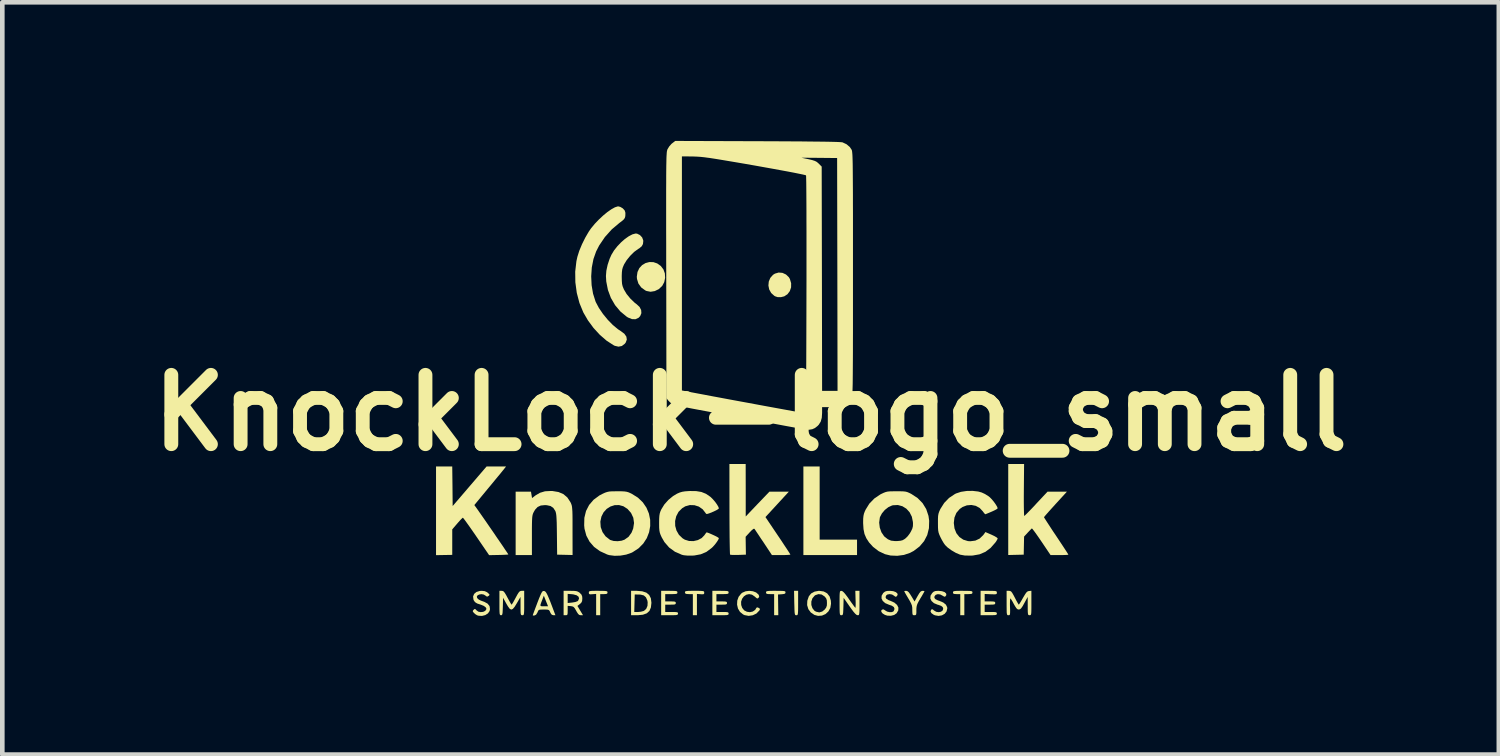
<source format=kicad_pcb>
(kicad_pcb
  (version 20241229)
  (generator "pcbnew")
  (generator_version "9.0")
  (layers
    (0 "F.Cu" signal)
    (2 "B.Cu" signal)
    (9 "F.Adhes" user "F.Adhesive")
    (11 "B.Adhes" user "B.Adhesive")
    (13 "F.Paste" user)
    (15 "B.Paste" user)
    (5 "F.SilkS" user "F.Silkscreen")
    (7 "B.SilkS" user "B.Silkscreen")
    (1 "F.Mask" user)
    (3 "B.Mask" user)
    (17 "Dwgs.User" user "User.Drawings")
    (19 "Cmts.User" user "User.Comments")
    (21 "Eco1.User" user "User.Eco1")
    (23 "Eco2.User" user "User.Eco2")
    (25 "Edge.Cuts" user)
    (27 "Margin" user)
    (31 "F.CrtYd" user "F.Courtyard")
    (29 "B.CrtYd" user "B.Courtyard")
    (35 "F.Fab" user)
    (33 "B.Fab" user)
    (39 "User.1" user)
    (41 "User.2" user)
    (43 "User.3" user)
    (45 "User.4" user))
  (footprint "KnockLock-logo_small"
    (layer "F.Cu")
    (at 13.193 5.884)
    (property "Reference" "KnockLock-logo_small" (at 0 0 0) (layer "F.SilkS") (effects (font (size 1.5 1.5) (thickness 0.3))))
    (attr board_only exclude_from_pos_files exclude_from_bom)
    (fp_poly (pts (xy 1.495 1.952) (xy 1.495 2.744) (xy 1.9 2.744) (xy 2.304 2.744) (xy 2.304 2.911) (xy 2.304 3.078) (xy 1.724 3.078) (xy 1.143 3.078) (xy 1.143 2.12) (xy 1.143 1.161) (xy 1.319 1.161) (xy 1.495 1.161)) (stroke (width 0) (type solid)) (fill yes) (layer "F.SilkS"))
    (fp_poly (pts (xy 0.985 3.852) (xy 1.029 3.852) (xy 1.029 4.116) (xy 1.029 4.217) (xy 1.028 4.289) (xy 1.025 4.335) (xy 1.02 4.363) (xy 1.012 4.376) (xy 1 4.38) (xy 0.99 4.38) (xy 0.975 4.379) (xy 0.965 4.371) (xy 0.958 4.353) (xy 0.953 4.318) (xy 0.95 4.262) (xy 0.948 4.178) (xy 0.946 4.116) (xy 0.941 3.852)) (stroke (width 0) (type solid)) (fill yes) (layer "F.SilkS"))
    (fp_poly (pts (xy 0.69 -3.029) (xy 0.766 -2.994) (xy 0.828 -2.935) (xy 0.851 -2.896) (xy 0.878 -2.804) (xy 0.877 -2.715) (xy 0.849 -2.634) (xy 0.799 -2.567) (xy 0.729 -2.521) (xy 0.656 -2.503) (xy 0.586 -2.504) (xy 0.531 -2.522) (xy 0.514 -2.532) (xy 0.446 -2.593) (xy 0.403 -2.67) (xy 0.386 -2.755) (xy 0.394 -2.841) (xy 0.427 -2.92) (xy 0.485 -2.986) (xy 0.528 -3.013) (xy 0.608 -3.036)) (stroke (width 0) (type solid)) (fill yes) (layer "F.SilkS"))
    (fp_poly (pts (xy -2.103 -3.261) (xy -2.02 -3.233) (xy -1.944 -3.179) (xy -1.886 -3.104) (xy -1.855 -3.019) (xy -1.849 -2.923) (xy -1.868 -2.829) (xy -1.911 -2.749) (xy -1.912 -2.747) (xy -1.986 -2.677) (xy -2.073 -2.635) (xy -2.164 -2.62) (xy -2.252 -2.637) (xy -2.278 -2.649) (xy -2.366 -2.713) (xy -2.427 -2.797) (xy -2.458 -2.897) (xy -2.462 -2.946) (xy -2.447 -3.048) (xy -2.407 -3.132) (xy -2.347 -3.197) (xy -2.273 -3.241) (xy -2.19 -3.263)) (stroke (width 0) (type solid)) (fill yes) (layer "F.SilkS"))
    (fp_poly (pts (xy 0.634 3.853) (xy 0.694 3.854) (xy 0.731 3.858) (xy 0.749 3.866) (xy 0.756 3.877) (xy 0.756 3.886) (xy 0.75 3.908) (xy 0.726 3.92) (xy 0.675 3.926) (xy 0.594 3.931) (xy 0.597 4.156) (xy 0.6 4.38) (xy 0.555 4.38) (xy 0.51 4.38) (xy 0.51 4.151) (xy 0.51 3.923) (xy 0.422 3.923) (xy 0.369 3.921) (xy 0.343 3.913) (xy 0.335 3.896) (xy 0.334 3.887) (xy 0.336 3.873) (xy 0.346 3.863) (xy 0.37 3.857) (xy 0.414 3.853) (xy 0.483 3.852) (xy 0.545 3.852)) (stroke (width 0) (type solid)) (fill yes) (layer "F.SilkS"))
    (fp_poly (pts (xy -3.211 3.853) (xy -3.154 3.854) (xy -3.119 3.859) (xy -3.102 3.866) (xy -3.096 3.879) (xy -3.096 3.887) (xy -3.101 3.909) (xy -3.123 3.92) (xy -3.169 3.923) (xy -3.175 3.923) (xy -3.254 3.923) (xy -3.254 4.151) (xy -3.254 4.38) (xy -3.298 4.38) (xy -3.342 4.38) (xy -3.342 4.149) (xy -3.342 3.919) (xy -3.421 3.925) (xy -3.47 3.928) (xy -3.493 3.921) (xy -3.5 3.902) (xy -3.5 3.892) (xy -3.499 3.875) (xy -3.491 3.864) (xy -3.47 3.857) (xy -3.431 3.853) (xy -3.367 3.852) (xy -3.298 3.852)) (stroke (width 0) (type solid)) (fill yes) (layer "F.SilkS"))
    (fp_poly (pts (xy -1.124 3.852) (xy -1.065 3.854) (xy -1.029 3.858) (xy -1.01 3.865) (xy -1.004 3.877) (xy -1.003 3.892) (xy -1.006 3.916) (xy -1.022 3.926) (xy -1.061 3.927) (xy -1.082 3.925) (xy -1.161 3.919) (xy -1.161 4.149) (xy -1.161 4.38) (xy -1.205 4.38) (xy -1.249 4.38) (xy -1.249 4.151) (xy -1.249 3.923) (xy -1.333 3.923) (xy -1.385 3.92) (xy -1.411 3.911) (xy -1.42 3.892) (xy -1.42 3.887) (xy -1.419 3.873) (xy -1.41 3.863) (xy -1.387 3.857) (xy -1.344 3.853) (xy -1.276 3.852) (xy -1.213 3.852)) (stroke (width 0) (type solid)) (fill yes) (layer "F.SilkS"))
    (fp_poly (pts (xy 4.68 3.853) (xy 4.74 3.854) (xy 4.776 3.858) (xy 4.795 3.866) (xy 4.801 3.877) (xy 4.802 3.887) (xy 4.797 3.908) (xy 4.778 3.919) (xy 4.734 3.922) (xy 4.714 3.923) (xy 4.626 3.923) (xy 4.626 4.151) (xy 4.626 4.38) (xy 4.582 4.38) (xy 4.538 4.38) (xy 4.538 4.151) (xy 4.538 3.923) (xy 4.459 3.923) (xy 4.41 3.92) (xy 4.386 3.911) (xy 4.38 3.89) (xy 4.38 3.887) (xy 4.382 3.873) (xy 4.392 3.863) (xy 4.416 3.857) (xy 4.46 3.853) (xy 4.529 3.852) (xy 4.591 3.852)) (stroke (width 0) (type solid)) (fill yes) (layer "F.SilkS"))
    (fp_poly (pts (xy -2.345 3.862) (xy -2.256 3.891) (xy -2.195 3.941) (xy -2.158 4.013) (xy -2.146 4.108) (xy -2.146 4.113) (xy -2.157 4.212) (xy -2.189 4.287) (xy -2.247 4.339) (xy -2.33 4.369) (xy -2.442 4.38) (xy -2.449 4.38) (xy -2.586 4.38) (xy -2.586 4.31) (xy -2.517 4.31) (xy -2.436 4.31) (xy -2.374 4.304) (xy -2.317 4.289) (xy -2.304 4.283) (xy -2.258 4.241) (xy -2.231 4.177) (xy -2.227 4.101) (xy -2.234 4.061) (xy -2.264 3.993) (xy -2.31 3.952) (xy -2.379 3.934) (xy -2.415 3.932) (xy -2.507 3.931) (xy -2.512 4.12) (xy -2.517 4.31) (xy -2.586 4.31) (xy -2.586 4.116) (xy -2.586 3.852) (xy -2.462 3.852)) (stroke (width 0) (type solid)) (fill yes) (layer "F.SilkS"))
    (fp_poly (pts (xy -1.679 3.853) (xy -1.628 3.855) (xy -1.599 3.86) (xy -1.586 3.87) (xy -1.583 3.886) (xy -1.583 3.887) (xy -1.586 3.905) (xy -1.6 3.916) (xy -1.633 3.921) (xy -1.691 3.923) (xy -1.715 3.923) (xy -1.847 3.923) (xy -1.847 4.002) (xy -1.847 4.081) (xy -1.733 4.081) (xy -1.671 4.082) (xy -1.636 4.087) (xy -1.621 4.098) (xy -1.618 4.116) (xy -1.622 4.135) (xy -1.638 4.146) (xy -1.674 4.15) (xy -1.733 4.151) (xy -1.847 4.151) (xy -1.847 4.23) (xy -1.847 4.31) (xy -1.707 4.31) (xy -1.638 4.31) (xy -1.596 4.314) (xy -1.576 4.321) (xy -1.57 4.335) (xy -1.57 4.345) (xy -1.574 4.361) (xy -1.586 4.371) (xy -1.614 4.377) (xy -1.663 4.379) (xy -1.74 4.38) (xy -1.754 4.38) (xy -1.935 4.38) (xy -1.935 4.116) (xy -1.935 3.852) (xy -1.759 3.852)) (stroke (width 0) (type solid)) (fill yes) (layer "F.SilkS"))
    (fp_poly (pts (xy -0.571 3.853) (xy -0.52 3.855) (xy -0.491 3.86) (xy -0.478 3.87) (xy -0.475 3.886) (xy -0.475 3.887) (xy -0.478 3.905) (xy -0.492 3.916) (xy -0.525 3.921) (xy -0.583 3.923) (xy -0.607 3.923) (xy -0.739 3.923) (xy -0.739 4.002) (xy -0.739 4.081) (xy -0.624 4.081) (xy -0.563 4.082) (xy -0.528 4.087) (xy -0.513 4.098) (xy -0.51 4.116) (xy -0.514 4.135) (xy -0.53 4.146) (xy -0.566 4.15) (xy -0.624 4.151) (xy -0.739 4.151) (xy -0.739 4.23) (xy -0.739 4.31) (xy -0.607 4.31) (xy -0.539 4.31) (xy -0.5 4.314) (xy -0.481 4.323) (xy -0.475 4.338) (xy -0.475 4.345) (xy -0.477 4.361) (xy -0.489 4.371) (xy -0.516 4.377) (xy -0.564 4.379) (xy -0.641 4.38) (xy -0.651 4.38) (xy -0.827 4.38) (xy -0.827 4.116) (xy -0.827 3.852) (xy -0.651 3.852)) (stroke (width 0) (type solid)) (fill yes) (layer "F.SilkS"))
    (fp_poly (pts (xy 3.754 3.855) (xy 3.764 3.86) (xy 3.756 3.877) (xy 3.733 3.918) (xy 3.7 3.975) (xy 3.676 4.014) (xy 3.635 4.085) (xy 3.609 4.137) (xy 3.595 4.181) (xy 3.589 4.226) (xy 3.588 4.27) (xy 3.588 4.33) (xy 3.583 4.363) (xy 3.571 4.377) (xy 3.549 4.38) (xy 3.544 4.38) (xy 3.52 4.378) (xy 3.507 4.366) (xy 3.502 4.337) (xy 3.5 4.281) (xy 3.5 4.27) (xy 3.499 4.215) (xy 3.492 4.171) (xy 3.475 4.127) (xy 3.446 4.071) (xy 3.412 4.014) (xy 3.375 3.951) (xy 3.345 3.899) (xy 3.328 3.867) (xy 3.325 3.86) (xy 3.34 3.854) (xy 3.368 3.852) (xy 3.394 3.859) (xy 3.422 3.882) (xy 3.455 3.928) (xy 3.48 3.968) (xy 3.549 4.083) (xy 3.613 3.968) (xy 3.65 3.906) (xy 3.678 3.87) (xy 3.704 3.855) (xy 3.721 3.852)) (stroke (width 0) (type solid)) (fill yes) (layer "F.SilkS"))
    (fp_poly (pts (xy 5.234 3.853) (xy 5.285 3.855) (xy 5.314 3.86) (xy 5.326 3.87) (xy 5.33 3.885) (xy 5.33 3.892) (xy 5.328 3.912) (xy 5.317 3.923) (xy 5.29 3.928) (xy 5.239 3.927) (xy 5.198 3.926) (xy 5.066 3.92) (xy 5.066 4) (xy 5.066 4.081) (xy 5.18 4.081) (xy 5.242 4.082) (xy 5.277 4.087) (xy 5.292 4.098) (xy 5.295 4.116) (xy 5.291 4.135) (xy 5.275 4.146) (xy 5.239 4.15) (xy 5.18 4.151) (xy 5.066 4.151) (xy 5.066 4.23) (xy 5.066 4.31) (xy 5.198 4.31) (xy 5.265 4.31) (xy 5.305 4.314) (xy 5.324 4.323) (xy 5.33 4.338) (xy 5.33 4.345) (xy 5.327 4.361) (xy 5.316 4.371) (xy 5.289 4.377) (xy 5.24 4.379) (xy 5.163 4.38) (xy 5.154 4.38) (xy 4.978 4.38) (xy 4.978 4.116) (xy 4.978 3.852) (xy 5.154 3.852)) (stroke (width 0) (type solid)) (fill yes) (layer "F.SilkS"))
    (fp_poly (pts (xy 0.05 3.861) (xy 0.119 3.887) (xy 0.169 3.93) (xy 0.177 3.942) (xy 0.187 3.978) (xy 0.171 4.005) (xy 0.152 4.018) (xy 0.131 4.011) (xy 0.097 3.982) (xy 0.092 3.977) (xy 0.031 3.935) (xy -0.032 3.923) (xy -0.092 3.936) (xy -0.144 3.971) (xy -0.183 4.023) (xy -0.205 4.087) (xy -0.203 4.159) (xy -0.181 4.222) (xy -0.138 4.275) (xy -0.079 4.305) (xy -0.014 4.314) (xy 0.048 4.3) (xy 0.099 4.265) (xy 0.128 4.217) (xy 0.146 4.21) (xy 0.174 4.22) (xy 0.201 4.239) (xy 0.2 4.261) (xy 0.189 4.279) (xy 0.127 4.343) (xy 0.047 4.381) (xy -0.041 4.394) (xy -0.129 4.378) (xy -0.161 4.363) (xy -0.229 4.308) (xy -0.273 4.235) (xy -0.292 4.151) (xy -0.288 4.064) (xy -0.259 3.982) (xy -0.205 3.914) (xy -0.178 3.892) (xy -0.108 3.862) (xy -0.029 3.852)) (stroke (width 0) (type solid)) (fill yes) (layer "F.SilkS"))
    (fp_poly (pts (xy 1.583 3.866) (xy 1.658 3.907) (xy 1.71 3.974) (xy 1.737 4.065) (xy 1.741 4.13) (xy 1.726 4.222) (xy 1.684 4.298) (xy 1.622 4.355) (xy 1.545 4.388) (xy 1.46 4.394) (xy 1.381 4.373) (xy 1.303 4.32) (xy 1.25 4.248) (xy 1.224 4.161) (xy 1.227 4.084) (xy 1.315 4.084) (xy 1.315 4.158) (xy 1.338 4.227) (xy 1.381 4.282) (xy 1.416 4.303) (xy 1.486 4.319) (xy 1.551 4.3) (xy 1.605 4.256) (xy 1.636 4.214) (xy 1.651 4.169) (xy 1.653 4.114) (xy 1.65 4.055) (xy 1.635 4.013) (xy 1.603 3.975) (xy 1.602 3.974) (xy 1.539 3.932) (xy 1.469 3.923) (xy 1.401 3.946) (xy 1.384 3.959) (xy 1.338 4.014) (xy 1.315 4.084) (xy 1.227 4.084) (xy 1.228 4.066) (xy 1.261 3.97) (xy 1.311 3.909) (xy 1.385 3.869) (xy 1.476 3.852) (xy 1.486 3.852)) (stroke (width 0) (type solid)) (fill yes) (layer "F.SilkS"))
    (fp_poly (pts (xy -3.823 3.853) (xy -3.773 3.858) (xy -3.738 3.869) (xy -3.708 3.887) (xy -3.695 3.898) (xy -3.659 3.935) (xy -3.644 3.976) (xy -3.641 4.02) (xy -3.646 4.074) (xy -3.664 4.11) (xy -3.694 4.137) (xy -3.747 4.179) (xy -3.687 4.279) (xy -3.626 4.38) (xy -3.674 4.38) (xy -3.704 4.375) (xy -3.73 4.354) (xy -3.759 4.311) (xy -3.773 4.285) (xy -3.804 4.231) (xy -3.83 4.201) (xy -3.859 4.188) (xy -3.891 4.183) (xy -3.958 4.177) (xy -3.958 4.278) (xy -3.959 4.335) (xy -3.964 4.366) (xy -3.978 4.378) (xy -4.002 4.38) (xy -4.046 4.38) (xy -4.046 4.116) (xy -4.046 4.017) (xy -3.958 4.017) (xy -3.958 4.116) (xy -3.857 4.105) (xy -3.792 4.094) (xy -3.746 4.077) (xy -3.733 4.067) (xy -3.712 4.02) (xy -3.722 3.98) (xy -3.763 3.949) (xy -3.831 3.93) (xy -3.858 3.926) (xy -3.958 3.918) (xy -3.958 4.017) (xy -4.046 4.017) (xy -4.046 3.852) (xy -3.898 3.852)) (stroke (width 0) (type solid)) (fill yes) (layer "F.SilkS"))
    (fp_poly (pts (xy -0.105 1.675) (xy -0.105 2.243) (xy 0.151 1.974) (xy 0.408 1.706) (xy 0.618 1.706) (xy 0.828 1.706) (xy 0.575 1.981) (xy 0.322 2.256) (xy 0.592 2.657) (xy 0.663 2.762) (xy 0.726 2.858) (xy 0.781 2.94) (xy 0.823 3.005) (xy 0.851 3.049) (xy 0.862 3.068) (xy 0.862 3.068) (xy 0.845 3.072) (xy 0.801 3.075) (xy 0.735 3.078) (xy 0.662 3.078) (xy 0.462 3.078) (xy 0.28 2.803) (xy 0.221 2.716) (xy 0.169 2.637) (xy 0.126 2.573) (xy 0.097 2.529) (xy 0.083 2.509) (xy 0.064 2.51) (xy 0.027 2.539) (xy -0.019 2.586) (xy -0.107 2.682) (xy -0.104 2.876) (xy -0.101 3.069) (xy -0.266 3.075) (xy -0.339 3.076) (xy -0.399 3.075) (xy -0.436 3.071) (xy -0.444 3.068) (xy -0.446 3.049) (xy -0.448 2.997) (xy -0.45 2.917) (xy -0.452 2.812) (xy -0.454 2.684) (xy -0.455 2.537) (xy -0.456 2.374) (xy -0.457 2.198) (xy -0.457 2.082) (xy -0.458 1.108) (xy -0.282 1.108) (xy -0.106 1.108)) (stroke (width 0) (type solid)) (fill yes) (layer "F.SilkS"))
    (fp_poly (pts (xy 4.142 3.86) (xy 4.198 3.879) (xy 4.231 3.908) (xy 4.237 3.942) (xy 4.219 3.971) (xy 4.196 3.98) (xy 4.164 3.963) (xy 4.155 3.957) (xy 4.103 3.93) (xy 4.051 3.924) (xy 4.007 3.938) (xy 3.981 3.969) (xy 3.978 4.005) (xy 4.001 4.033) (xy 4.057 4.06) (xy 4.08 4.067) (xy 4.17 4.105) (xy 4.227 4.151) (xy 4.254 4.206) (xy 4.257 4.232) (xy 4.241 4.298) (xy 4.2 4.35) (xy 4.14 4.383) (xy 4.068 4.395) (xy 3.992 4.382) (xy 3.963 4.37) (xy 3.913 4.334) (xy 3.894 4.297) (xy 3.907 4.263) (xy 3.926 4.249) (xy 3.949 4.259) (xy 3.969 4.277) (xy 4.018 4.306) (xy 4.072 4.314) (xy 4.121 4.304) (xy 4.157 4.277) (xy 4.169 4.239) (xy 4.159 4.206) (xy 4.128 4.18) (xy 4.068 4.157) (xy 4.048 4.152) (xy 3.969 4.119) (xy 3.916 4.072) (xy 3.89 4.016) (xy 3.895 3.956) (xy 3.931 3.899) (xy 3.963 3.87) (xy 4.001 3.856) (xy 4.058 3.852) (xy 4.067 3.852)) (stroke (width 0) (type solid)) (fill yes) (layer "F.SilkS"))
    (fp_poly (pts (xy 3.085 3.859) (xy 3.141 3.879) (xy 3.175 3.906) (xy 3.183 3.939) (xy 3.161 3.973) (xy 3.16 3.973) (xy 3.136 3.981) (xy 3.108 3.961) (xy 3.105 3.958) (xy 3.063 3.932) (xy 3.01 3.923) (xy 2.961 3.932) (xy 2.938 3.948) (xy 2.92 3.988) (xy 2.936 4.022) (xy 2.985 4.053) (xy 3.026 4.068) (xy 3.112 4.107) (xy 3.17 4.157) (xy 3.199 4.215) (xy 3.196 4.276) (xy 3.161 4.337) (xy 3.108 4.374) (xy 3.037 4.392) (xy 2.96 4.389) (xy 2.908 4.373) (xy 2.858 4.342) (xy 2.83 4.307) (xy 2.829 4.276) (xy 2.845 4.259) (xy 2.876 4.253) (xy 2.911 4.274) (xy 2.914 4.277) (xy 2.957 4.302) (xy 3.01 4.314) (xy 3.06 4.312) (xy 3.094 4.295) (xy 3.097 4.291) (xy 3.115 4.244) (xy 3.102 4.205) (xy 3.057 4.174) (xy 2.993 4.152) (xy 2.915 4.119) (xy 2.861 4.072) (xy 2.834 4.017) (xy 2.836 3.958) (xy 2.87 3.9) (xy 2.875 3.895) (xy 2.91 3.868) (xy 2.952 3.855) (xy 3.012 3.852)) (stroke (width 0) (type solid)) (fill yes) (layer "F.SilkS"))
    (fp_poly (pts (xy -4.47 3.856) (xy -4.452 3.861) (xy -4.435 3.875) (xy -4.417 3.901) (xy -4.395 3.943) (xy -4.368 4.005) (xy -4.333 4.09) (xy -4.29 4.203) (xy -4.265 4.27) (xy -4.223 4.38) (xy -4.266 4.38) (xy -4.301 4.37) (xy -4.327 4.336) (xy -4.335 4.318) (xy -4.35 4.285) (xy -4.367 4.267) (xy -4.396 4.259) (xy -4.446 4.257) (xy -4.475 4.257) (xy -4.536 4.258) (xy -4.572 4.262) (xy -4.592 4.276) (xy -4.605 4.302) (xy -4.61 4.317) (xy -4.641 4.368) (xy -4.673 4.385) (xy -4.704 4.387) (xy -4.714 4.382) (xy -4.708 4.363) (xy -4.691 4.317) (xy -4.666 4.249) (xy -4.635 4.167) (xy -4.63 4.154) (xy -4.547 4.154) (xy -4.546 4.176) (xy -4.528 4.185) (xy -4.493 4.187) (xy -4.471 4.186) (xy -4.383 4.186) (xy -4.429 4.071) (xy -4.474 3.957) (xy -4.506 4.041) (xy -4.533 4.111) (xy -4.547 4.154) (xy -4.63 4.154) (xy -4.614 4.111) (xy -4.576 4.013) (xy -4.547 3.944) (xy -4.526 3.898) (xy -4.509 3.871) (xy -4.494 3.858) (xy -4.478 3.855)) (stroke (width 0) (type solid)) (fill yes) (layer "F.SilkS"))
    (fp_poly (pts (xy 2.357 4.116) (xy 2.357 4.217) (xy 2.356 4.289) (xy 2.353 4.335) (xy 2.348 4.363) (xy 2.34 4.376) (xy 2.328 4.38) (xy 2.317 4.38) (xy 2.295 4.373) (xy 2.267 4.35) (xy 2.229 4.307) (xy 2.179 4.24) (xy 2.145 4.192) (xy 2.014 4.004) (xy 2.009 4.192) (xy 2.006 4.275) (xy 2.003 4.329) (xy 1.997 4.361) (xy 1.988 4.375) (xy 1.974 4.38) (xy 1.965 4.38) (xy 1.95 4.379) (xy 1.94 4.372) (xy 1.933 4.354) (xy 1.929 4.321) (xy 1.927 4.265) (xy 1.926 4.183) (xy 1.926 4.116) (xy 1.926 4.015) (xy 1.927 3.943) (xy 1.93 3.897) (xy 1.935 3.87) (xy 1.943 3.857) (xy 1.955 3.853) (xy 1.965 3.852) (xy 1.988 3.86) (xy 2.017 3.885) (xy 2.056 3.931) (xy 2.109 4.002) (xy 2.132 4.036) (xy 2.181 4.105) (xy 2.223 4.163) (xy 2.253 4.203) (xy 2.268 4.22) (xy 2.269 4.221) (xy 2.272 4.205) (xy 2.274 4.161) (xy 2.274 4.096) (xy 2.272 4.037) (xy 2.267 3.852) (xy 2.312 3.852) (xy 2.357 3.852)) (stroke (width 0) (type solid)) (fill yes) (layer "F.SilkS"))
    (fp_poly (pts (xy -6.451 1.589) (xy -6.447 2.017) (xy -6.08 1.589) (xy -5.713 1.161) (xy -5.502 1.161) (xy -5.292 1.161) (xy -5.344 1.228) (xy -5.37 1.259) (xy -5.414 1.314) (xy -5.474 1.386) (xy -5.545 1.472) (xy -5.623 1.567) (xy -5.688 1.645) (xy -5.978 1.996) (xy -5.921 2.075) (xy -5.886 2.125) (xy -5.838 2.194) (xy -5.779 2.278) (xy -5.713 2.373) (xy -5.643 2.475) (xy -5.57 2.58) (xy -5.499 2.685) (xy -5.431 2.784) (xy -5.369 2.874) (xy -5.317 2.952) (xy -5.276 3.012) (xy -5.25 3.051) (xy -5.242 3.065) (xy -5.258 3.068) (xy -5.303 3.071) (xy -5.369 3.074) (xy -5.45 3.076) (xy -5.658 3.08) (xy -5.935 2.675) (xy -6.008 2.569) (xy -6.074 2.474) (xy -6.132 2.393) (xy -6.178 2.329) (xy -6.21 2.287) (xy -6.226 2.269) (xy -6.226 2.269) (xy -6.243 2.282) (xy -6.277 2.316) (xy -6.321 2.365) (xy -6.348 2.396) (xy -6.456 2.522) (xy -6.456 2.798) (xy -6.456 3.074) (xy -6.631 3.077) (xy -6.807 3.08) (xy -6.807 2.12) (xy -6.807 1.161) (xy -6.632 1.161) (xy -6.456 1.161)) (stroke (width 0) (type solid)) (fill yes) (layer "F.SilkS"))
    (fp_poly (pts (xy -2.457 -3.878) (xy -2.394 -3.847) (xy -2.346 -3.795) (xy -2.323 -3.732) (xy -2.322 -3.717) (xy -2.329 -3.653) (xy -2.355 -3.605) (xy -2.407 -3.561) (xy -2.434 -3.545) (xy -2.519 -3.483) (xy -2.604 -3.399) (xy -2.68 -3.306) (xy -2.737 -3.213) (xy -2.74 -3.206) (xy -2.764 -3.151) (xy -2.778 -3.101) (xy -2.785 -3.043) (xy -2.788 -2.966) (xy -2.788 -2.938) (xy -2.786 -2.852) (xy -2.781 -2.79) (xy -2.769 -2.739) (xy -2.748 -2.687) (xy -2.741 -2.67) (xy -2.683 -2.572) (xy -2.602 -2.473) (xy -2.511 -2.385) (xy -2.464 -2.349) (xy -2.402 -2.291) (xy -2.368 -2.225) (xy -2.363 -2.157) (xy -2.388 -2.095) (xy -2.422 -2.058) (xy -2.489 -2.026) (xy -2.566 -2.028) (xy -2.653 -2.063) (xy -2.684 -2.083) (xy -2.818 -2.194) (xy -2.932 -2.33) (xy -3.023 -2.487) (xy -3.087 -2.659) (xy -3.123 -2.842) (xy -3.13 -2.96) (xy -3.121 -3.076) (xy -3.093 -3.205) (xy -3.05 -3.334) (xy -3.011 -3.421) (xy -2.955 -3.514) (xy -2.884 -3.604) (xy -2.804 -3.688) (xy -2.72 -3.762) (xy -2.636 -3.821) (xy -2.558 -3.862) (xy -2.491 -3.88)) (stroke (width 0) (type solid)) (fill yes) (layer "F.SilkS"))
    (fp_poly (pts (xy -4.287 1.692) (xy -4.156 1.714) (xy -4.049 1.76) (xy -3.964 1.833) (xy -3.898 1.934) (xy -3.889 1.952) (xy -3.879 1.977) (xy -3.87 2.004) (xy -3.864 2.036) (xy -3.86 2.079) (xy -3.856 2.136) (xy -3.854 2.213) (xy -3.853 2.313) (xy -3.853 2.44) (xy -3.853 2.555) (xy -3.852 3.077) (xy -4.019 3.073) (xy -4.186 3.069) (xy -4.191 2.63) (xy -4.193 2.488) (xy -4.195 2.376) (xy -4.199 2.291) (xy -4.203 2.228) (xy -4.209 2.181) (xy -4.217 2.148) (xy -4.225 2.125) (xy -4.268 2.059) (xy -4.328 2.017) (xy -4.41 1.999) (xy -4.452 1.997) (xy -4.541 2.006) (xy -4.609 2.038) (xy -4.663 2.096) (xy -4.692 2.146) (xy -4.705 2.172) (xy -4.714 2.198) (xy -4.721 2.229) (xy -4.726 2.271) (xy -4.729 2.327) (xy -4.731 2.403) (xy -4.732 2.503) (xy -4.732 2.634) (xy -4.732 2.651) (xy -4.732 3.078) (xy -4.908 3.078) (xy -5.084 3.078) (xy -5.084 2.392) (xy -5.084 1.706) (xy -4.918 1.706) (xy -4.752 1.706) (xy -4.741 1.775) (xy -4.729 1.845) (xy -4.654 1.787) (xy -4.557 1.73) (xy -4.449 1.698) (xy -4.322 1.691)) (stroke (width 0) (type solid)) (fill yes) (layer "F.SilkS"))
    (fp_poly (pts (xy -5.753 3.859) (xy -5.703 3.882) (xy -5.687 3.895) (xy -5.656 3.924) (xy -5.649 3.941) (xy -5.665 3.958) (xy -5.671 3.963) (xy -5.7 3.978) (xy -5.724 3.967) (xy -5.737 3.955) (xy -5.776 3.932) (xy -5.823 3.924) (xy -5.869 3.931) (xy -5.906 3.948) (xy -5.924 3.975) (xy -5.918 4.004) (xy -5.901 4.026) (xy -5.877 4.044) (xy -5.838 4.063) (xy -5.775 4.086) (xy -5.763 4.09) (xy -5.691 4.129) (xy -5.649 4.182) (xy -5.639 4.247) (xy -5.648 4.289) (xy -5.683 4.34) (xy -5.741 4.377) (xy -5.812 4.395) (xy -5.886 4.391) (xy -5.919 4.381) (xy -5.957 4.357) (xy -5.988 4.329) (xy -6.011 4.3) (xy -6.009 4.28) (xy -5.993 4.262) (xy -5.971 4.244) (xy -5.952 4.251) (xy -5.932 4.273) (xy -5.892 4.303) (xy -5.84 4.313) (xy -5.787 4.307) (xy -5.743 4.286) (xy -5.719 4.252) (xy -5.717 4.237) (xy -5.733 4.208) (xy -5.774 4.178) (xy -5.832 4.154) (xy -5.843 4.15) (xy -5.917 4.126) (xy -5.964 4.096) (xy -5.991 4.056) (xy -5.997 4.041) (xy -6.005 3.974) (xy -5.982 3.918) (xy -5.933 3.877) (xy -5.861 3.855) (xy -5.819 3.852)) (stroke (width 0) (type solid)) (fill yes) (layer "F.SilkS"))
    (fp_poly (pts (xy -5.362 3.855) (xy -5.34 3.869) (xy -5.317 3.899) (xy -5.286 3.951) (xy -5.259 4.002) (xy -5.224 4.066) (xy -5.196 4.116) (xy -5.177 4.146) (xy -5.171 4.151) (xy -5.16 4.136) (xy -5.136 4.098) (xy -5.105 4.041) (xy -5.084 4.002) (xy -5.046 3.932) (xy -5.018 3.888) (xy -4.996 3.864) (xy -4.974 3.854) (xy -4.952 3.852) (xy -4.899 3.852) (xy -4.899 4.116) (xy -4.899 4.217) (xy -4.9 4.289) (xy -4.903 4.335) (xy -4.908 4.363) (xy -4.916 4.376) (xy -4.928 4.38) (xy -4.938 4.38) (xy -4.956 4.378) (xy -4.967 4.37) (xy -4.974 4.349) (xy -4.977 4.309) (xy -4.978 4.243) (xy -4.978 4.182) (xy -4.979 3.984) (xy -5.058 4.12) (xy -5.106 4.198) (xy -5.145 4.244) (xy -5.179 4.258) (xy -5.213 4.24) (xy -5.25 4.19) (xy -5.286 4.129) (xy -5.356 4.002) (xy -5.361 4.191) (xy -5.364 4.274) (xy -5.367 4.329) (xy -5.373 4.361) (xy -5.383 4.376) (xy -5.397 4.38) (xy -5.401 4.38) (xy -5.414 4.378) (xy -5.423 4.369) (xy -5.43 4.348) (xy -5.433 4.309) (xy -5.435 4.247) (xy -5.435 4.157) (xy -5.435 4.116) (xy -5.435 3.852) (xy -5.387 3.852)) (stroke (width 0) (type solid)) (fill yes) (layer "F.SilkS"))
    (fp_poly (pts (xy -2.82 -4.457) (xy -2.772 -4.429) (xy -2.763 -4.422) (xy -2.725 -4.381) (xy -2.71 -4.335) (xy -2.709 -4.309) (xy -2.711 -4.256) (xy -2.722 -4.216) (xy -2.747 -4.182) (xy -2.793 -4.143) (xy -2.838 -4.11) (xy -3.004 -3.97) (xy -3.152 -3.805) (xy -3.276 -3.622) (xy -3.342 -3.493) (xy -3.4 -3.329) (xy -3.436 -3.146) (xy -3.449 -2.954) (xy -3.44 -2.762) (xy -3.409 -2.579) (xy -3.356 -2.412) (xy -3.349 -2.395) (xy -3.282 -2.269) (xy -3.194 -2.14) (xy -3.091 -2.014) (xy -2.981 -1.901) (xy -2.87 -1.809) (xy -2.807 -1.768) (xy -2.731 -1.711) (xy -2.688 -1.649) (xy -2.678 -1.585) (xy -2.702 -1.521) (xy -2.722 -1.495) (xy -2.786 -1.446) (xy -2.859 -1.432) (xy -2.94 -1.451) (xy -2.964 -1.463) (xy -3.114 -1.56) (xy -3.261 -1.687) (xy -3.399 -1.837) (xy -3.521 -2.003) (xy -3.619 -2.172) (xy -3.703 -2.376) (xy -3.761 -2.596) (xy -3.792 -2.826) (xy -3.795 -3.056) (xy -3.769 -3.281) (xy -3.748 -3.377) (xy -3.707 -3.507) (xy -3.648 -3.649) (xy -3.578 -3.79) (xy -3.503 -3.919) (xy -3.452 -3.993) (xy -3.372 -4.09) (xy -3.283 -4.183) (xy -3.19 -4.27) (xy -3.098 -4.346) (xy -3.011 -4.406) (xy -2.935 -4.448) (xy -2.875 -4.467) (xy -2.864 -4.468)) (stroke (width 0) (type solid)) (fill yes) (layer "F.SilkS"))
    (fp_poly (pts (xy 5.914 1.671) (xy 5.913 1.808) (xy 5.913 1.932) (xy 5.914 2.041) (xy 5.916 2.129) (xy 5.918 2.192) (xy 5.921 2.227) (xy 5.923 2.232) (xy 5.938 2.22) (xy 5.974 2.185) (xy 6.026 2.132) (xy 6.091 2.065) (xy 6.164 1.987) (xy 6.181 1.968) (xy 6.426 1.706) (xy 6.636 1.706) (xy 6.846 1.706) (xy 6.598 1.977) (xy 6.524 2.059) (xy 6.459 2.131) (xy 6.406 2.191) (xy 6.369 2.234) (xy 6.351 2.257) (xy 6.35 2.259) (xy 6.359 2.276) (xy 6.386 2.318) (xy 6.427 2.382) (xy 6.48 2.463) (xy 6.542 2.558) (xy 6.612 2.662) (xy 6.614 2.665) (xy 6.683 2.769) (xy 6.746 2.864) (xy 6.8 2.946) (xy 6.841 3.009) (xy 6.868 3.052) (xy 6.878 3.069) (xy 6.878 3.069) (xy 6.861 3.073) (xy 6.817 3.076) (xy 6.751 3.078) (xy 6.685 3.078) (xy 6.492 3.078) (xy 6.296 2.787) (xy 6.236 2.699) (xy 6.182 2.622) (xy 6.137 2.56) (xy 6.105 2.519) (xy 6.089 2.501) (xy 6.088 2.501) (xy 6.071 2.516) (xy 6.038 2.55) (xy 5.998 2.592) (xy 5.919 2.678) (xy 5.915 2.874) (xy 5.911 3.069) (xy 5.744 3.073) (xy 5.576 3.077) (xy 5.576 2.093) (xy 5.576 1.108) (xy 5.748 1.108) (xy 5.919 1.108)) (stroke (width 0) (type solid)) (fill yes) (layer "F.SilkS"))
    (fp_poly (pts (xy 6.077 4.115) (xy 6.077 4.217) (xy 6.076 4.288) (xy 6.074 4.335) (xy 6.069 4.362) (xy 6.061 4.375) (xy 6.048 4.38) (xy 6.038 4.38) (xy 6.021 4.378) (xy 6.009 4.37) (xy 6.003 4.349) (xy 5.999 4.309) (xy 5.998 4.243) (xy 5.998 4.182) (xy 5.997 3.984) (xy 5.923 4.12) (xy 5.885 4.188) (xy 5.856 4.229) (xy 5.833 4.25) (xy 5.809 4.256) (xy 5.805 4.257) (xy 5.778 4.251) (xy 5.754 4.23) (xy 5.726 4.188) (xy 5.699 4.141) (xy 5.668 4.083) (xy 5.641 4.039) (xy 5.624 4.017) (xy 5.623 4.016) (xy 5.618 4.028) (xy 5.615 4.069) (xy 5.613 4.132) (xy 5.614 4.193) (xy 5.617 4.276) (xy 5.616 4.33) (xy 5.613 4.361) (xy 5.605 4.375) (xy 5.591 4.38) (xy 5.58 4.38) (xy 5.565 4.379) (xy 5.555 4.372) (xy 5.548 4.355) (xy 5.543 4.322) (xy 5.542 4.267) (xy 5.541 4.186) (xy 5.541 4.116) (xy 5.541 3.852) (xy 5.592 3.852) (xy 5.617 3.855) (xy 5.639 3.867) (xy 5.661 3.895) (xy 5.689 3.943) (xy 5.72 4.002) (xy 5.753 4.066) (xy 5.781 4.116) (xy 5.8 4.146) (xy 5.805 4.151) (xy 5.816 4.137) (xy 5.841 4.098) (xy 5.874 4.042) (xy 5.894 4.006) (xy 5.935 3.937) (xy 5.964 3.893) (xy 5.989 3.868) (xy 6.014 3.858) (xy 6.026 3.856) (xy 6.077 3.851)) (stroke (width 0) (type solid)) (fill yes) (layer "F.SilkS"))
    (fp_poly (pts (xy -2.795 1.698) (xy -2.731 1.701) (xy -2.683 1.708) (xy -2.641 1.72) (xy -2.594 1.741) (xy -2.568 1.754) (xy -2.437 1.836) (xy -2.332 1.937) (xy -2.253 2.053) (xy -2.2 2.18) (xy -2.173 2.314) (xy -2.172 2.45) (xy -2.196 2.584) (xy -2.246 2.712) (xy -2.322 2.829) (xy -2.424 2.932) (xy -2.551 3.015) (xy -2.579 3.029) (xy -2.691 3.068) (xy -2.817 3.09) (xy -2.944 3.094) (xy -3.06 3.079) (xy -3.105 3.065) (xy -3.259 2.994) (xy -3.386 2.902) (xy -3.484 2.789) (xy -3.554 2.658) (xy -3.594 2.508) (xy -3.601 2.435) (xy -3.599 2.355) (xy -3.251 2.355) (xy -3.243 2.473) (xy -3.204 2.581) (xy -3.138 2.673) (xy -3.048 2.744) (xy -3.034 2.752) (xy -2.963 2.773) (xy -2.877 2.778) (xy -2.79 2.767) (xy -2.728 2.745) (xy -2.64 2.682) (xy -2.576 2.593) (xy -2.54 2.503) (xy -2.522 2.384) (xy -2.538 2.27) (xy -2.587 2.166) (xy -2.664 2.079) (xy -2.752 2.022) (xy -2.846 1.996) (xy -2.941 1.998) (xy -3.032 2.027) (xy -3.114 2.079) (xy -3.181 2.153) (xy -3.228 2.246) (xy -3.251 2.355) (xy -3.251 2.355) (xy -3.599 2.355) (xy -3.597 2.272) (xy -3.561 2.124) (xy -3.494 1.994) (xy -3.398 1.882) (xy -3.273 1.789) (xy -3.202 1.752) (xy -3.15 1.728) (xy -3.105 1.713) (xy -3.059 1.703) (xy -3.002 1.699) (xy -2.924 1.698) (xy -2.884 1.697)) (stroke (width 0) (type solid)) (fill yes) (layer "F.SilkS"))
    (fp_poly (pts (xy 3.248 1.698) (xy 3.312 1.7) (xy 3.36 1.706) (xy 3.4 1.718) (xy 3.441 1.736) (xy 3.48 1.756) (xy 3.614 1.844) (xy 3.722 1.954) (xy 3.801 2.083) (xy 3.85 2.229) (xy 3.865 2.336) (xy 3.86 2.497) (xy 3.823 2.645) (xy 3.755 2.777) (xy 3.657 2.892) (xy 3.531 2.988) (xy 3.45 3.031) (xy 3.319 3.075) (xy 3.175 3.094) (xy 3.03 3.088) (xy 2.909 3.059) (xy 2.774 2.995) (xy 2.652 2.902) (xy 2.564 2.805) (xy 2.505 2.714) (xy 2.465 2.621) (xy 2.444 2.516) (xy 2.436 2.388) (xy 2.436 2.375) (xy 2.783 2.375) (xy 2.796 2.484) (xy 2.832 2.585) (xy 2.888 2.668) (xy 2.905 2.685) (xy 2.973 2.737) (xy 3.041 2.766) (xy 3.123 2.775) (xy 3.17 2.775) (xy 3.24 2.769) (xy 3.289 2.757) (xy 3.33 2.734) (xy 3.354 2.716) (xy 3.401 2.67) (xy 3.447 2.608) (xy 3.471 2.567) (xy 3.5 2.506) (xy 3.513 2.454) (xy 3.515 2.395) (xy 3.513 2.362) (xy 3.49 2.248) (xy 3.441 2.151) (xy 3.371 2.074) (xy 3.285 2.021) (xy 3.188 1.995) (xy 3.082 2) (xy 3.059 2.006) (xy 2.981 2.042) (xy 2.905 2.102) (xy 2.842 2.177) (xy 2.801 2.255) (xy 2.797 2.269) (xy 2.783 2.375) (xy 2.436 2.375) (xy 2.436 2.375) (xy 2.437 2.291) (xy 2.443 2.231) (xy 2.454 2.181) (xy 2.474 2.128) (xy 2.491 2.093) (xy 2.571 1.964) (xy 2.679 1.853) (xy 2.809 1.765) (xy 2.831 1.754) (xy 2.882 1.73) (xy 2.924 1.714) (xy 2.967 1.704) (xy 3.02 1.699) (xy 3.092 1.698) (xy 3.157 1.697)) (stroke (width 0) (type solid)) (fill yes) (layer "F.SilkS"))
    (fp_poly (pts (xy 4.927 1.703) (xy 5.002 1.724) (xy 5.073 1.757) (xy 5.142 1.8) (xy 5.177 1.827) (xy 5.222 1.873) (xy 5.268 1.929) (xy 5.308 1.986) (xy 5.337 2.035) (xy 5.347 2.066) (xy 5.332 2.081) (xy 5.292 2.104) (xy 5.235 2.131) (xy 5.221 2.137) (xy 5.16 2.163) (xy 5.111 2.183) (xy 5.085 2.194) (xy 5.083 2.195) (xy 5.067 2.185) (xy 5.041 2.153) (xy 5.026 2.132) (xy 4.959 2.06) (xy 4.874 2.013) (xy 4.779 1.994) (xy 4.681 2.002) (xy 4.587 2.038) (xy 4.526 2.081) (xy 4.454 2.165) (xy 4.412 2.266) (xy 4.398 2.383) (xy 4.413 2.502) (xy 4.454 2.605) (xy 4.519 2.687) (xy 4.604 2.745) (xy 4.705 2.776) (xy 4.758 2.779) (xy 4.865 2.765) (xy 4.956 2.722) (xy 5.033 2.648) (xy 5.053 2.622) (xy 5.082 2.58) (xy 5.215 2.638) (xy 5.276 2.667) (xy 5.322 2.694) (xy 5.346 2.713) (xy 5.347 2.717) (xy 5.338 2.743) (xy 5.313 2.785) (xy 5.297 2.807) (xy 5.194 2.924) (xy 5.082 3.008) (xy 4.955 3.062) (xy 4.809 3.088) (xy 4.767 3.09) (xy 4.638 3.088) (xy 4.537 3.07) (xy 4.53 3.068) (xy 4.441 3.03) (xy 4.349 2.976) (xy 4.265 2.915) (xy 4.21 2.861) (xy 4.178 2.816) (xy 4.141 2.753) (xy 4.109 2.691) (xy 4.085 2.638) (xy 4.069 2.592) (xy 4.06 2.545) (xy 4.056 2.486) (xy 4.055 2.403) (xy 4.055 2.383) (xy 4.055 2.296) (xy 4.058 2.233) (xy 4.066 2.185) (xy 4.08 2.142) (xy 4.102 2.092) (xy 4.112 2.073) (xy 4.191 1.949) (xy 4.296 1.841) (xy 4.419 1.759) (xy 4.446 1.745) (xy 4.552 1.71) (xy 4.676 1.691) (xy 4.806 1.689)) (stroke (width 0) (type solid)) (fill yes) (layer "F.SilkS"))
    (fp_poly (pts (xy -1.175 1.694) (xy -1.063 1.713) (xy -0.966 1.752) (xy -0.876 1.813) (xy -0.862 1.824) (xy -0.814 1.872) (xy -0.766 1.928) (xy -0.725 1.986) (xy -0.696 2.036) (xy -0.686 2.068) (xy -0.701 2.084) (xy -0.741 2.108) (xy -0.799 2.136) (xy -0.821 2.145) (xy -0.887 2.172) (xy -0.929 2.186) (xy -0.952 2.189) (xy -0.966 2.181) (xy -0.973 2.169) (xy -1.037 2.087) (xy -1.12 2.029) (xy -1.215 1.999) (xy -1.315 1.996) (xy -1.413 2.023) (xy -1.48 2.064) (xy -1.559 2.143) (xy -1.609 2.238) (xy -1.633 2.341) (xy -1.631 2.447) (xy -1.603 2.548) (xy -1.55 2.64) (xy -1.472 2.715) (xy -1.423 2.745) (xy -1.333 2.773) (xy -1.236 2.776) (xy -1.141 2.754) (xy -1.058 2.71) (xy -1 2.65) (xy -0.974 2.613) (xy -0.957 2.59) (xy -0.956 2.588) (xy -0.938 2.59) (xy -0.898 2.604) (xy -0.845 2.627) (xy -0.788 2.653) (xy -0.737 2.678) (xy -0.7 2.7) (xy -0.686 2.712) (xy -0.698 2.744) (xy -0.728 2.792) (xy -0.77 2.848) (xy -0.818 2.902) (xy -0.844 2.926) (xy -0.955 3.009) (xy -1.077 3.061) (xy -1.216 3.087) (xy -1.266 3.09) (xy -1.362 3.09) (xy -1.443 3.082) (xy -1.486 3.072) (xy -1.637 3.006) (xy -1.763 2.914) (xy -1.864 2.797) (xy -1.923 2.695) (xy -1.948 2.64) (xy -1.964 2.594) (xy -1.973 2.547) (xy -1.978 2.488) (xy -1.979 2.407) (xy -1.979 2.383) (xy -1.978 2.294) (xy -1.974 2.23) (xy -1.966 2.18) (xy -1.952 2.135) (xy -1.931 2.088) (xy -1.867 1.984) (xy -1.779 1.885) (xy -1.676 1.8) (xy -1.592 1.75) (xy -1.535 1.725) (xy -1.481 1.709) (xy -1.419 1.699) (xy -1.336 1.693) (xy -1.31 1.692)) (stroke (width 0) (type solid)) (fill yes) (layer "F.SilkS"))
    (fp_poly (pts (xy 0.148 -5.878) (xy 0.483 -5.877) (xy 0.785 -5.875) (xy 1.054 -5.874) (xy 1.29 -5.871) (xy 1.492 -5.869) (xy 1.66 -5.867) (xy 1.794 -5.864) (xy 1.893 -5.861) (xy 1.958 -5.857) (xy 1.988 -5.854) (xy 1.988 -5.854) (xy 2.076 -5.813) (xy 2.148 -5.752) (xy 2.187 -5.693) (xy 2.191 -5.683) (xy 2.195 -5.668) (xy 2.198 -5.647) (xy 2.201 -5.617) (xy 2.204 -5.579) (xy 2.206 -5.529) (xy 2.208 -5.466) (xy 2.21 -5.388) (xy 2.211 -5.294) (xy 2.212 -5.182) (xy 2.213 -5.051) (xy 2.214 -4.898) (xy 2.215 -4.722) (xy 2.215 -4.521) (xy 2.216 -4.294) (xy 2.216 -4.039) (xy 2.216 -3.754) (xy 2.216 -3.437) (xy 2.216 -3.088) (xy 2.216 -3) (xy 2.216 -2.642) (xy 2.216 -2.318) (xy 2.216 -2.026) (xy 2.216 -1.763) (xy 2.215 -1.53) (xy 2.215 -1.323) (xy 2.214 -1.141) (xy 2.213 -0.983) (xy 2.212 -0.846) (xy 2.211 -0.73) (xy 2.21 -0.632) (xy 2.208 -0.551) (xy 2.206 -0.485) (xy 2.204 -0.432) (xy 2.202 -0.391) (xy 2.199 -0.361) (xy 2.196 -0.338) (xy 2.192 -0.323) (xy 2.188 -0.312) (xy 2.188 -0.311) (xy 2.147 -0.242) (xy 2.1 -0.191) (xy 2.041 -0.157) (xy 1.965 -0.136) (xy 1.865 -0.125) (xy 1.76 -0.123) (xy 1.548 -0.123) (xy 1.548 0.001) (xy 1.541 0.108) (xy 1.518 0.19) (xy 1.476 0.257) (xy 1.449 0.285) (xy 1.393 0.329) (xy 1.335 0.355) (xy 1.266 0.366) (xy 1.18 0.36) (xy 1.073 0.342) (xy 1.032 0.334) (xy 0.96 0.32) (xy 0.862 0.302) (xy 0.742 0.28) (xy 0.604 0.254) (xy 0.453 0.226) (xy 0.292 0.197) (xy 0.193 0.178) (xy -0.101 0.124) (xy -0.362 0.076) (xy -0.593 0.033) (xy -0.796 -0.004) (xy -0.971 -0.037) (xy -1.122 -0.065) (xy -1.25 -0.089) (xy -1.357 -0.11) (xy -1.445 -0.128) (xy -1.516 -0.142) (xy -1.572 -0.154) (xy -1.615 -0.164) (xy -1.647 -0.173) (xy -1.67 -0.18) (xy -1.686 -0.186) (xy -1.696 -0.19) (xy -1.743 -0.227) (xy -1.784 -0.27) (xy -1.821 -0.319) (xy -1.825 -2.975) (xy -1.825 -3.017) (xy -1.486 -3.017) (xy -1.486 -0.484) (xy -1.407 -0.469) (xy -1.289 -0.446) (xy -1.151 -0.42) (xy -0.996 -0.391) (xy -0.828 -0.359) (xy -0.649 -0.326) (xy -0.463 -0.291) (xy -0.273 -0.256) (xy -0.082 -0.221) (xy 0.107 -0.186) (xy 0.29 -0.152) (xy 0.465 -0.12) (xy 0.629 -0.09) (xy 0.777 -0.063) (xy 0.907 -0.039) (xy 1.017 -0.02) (xy 1.102 -0.005) (xy 1.159 0.005) (xy 1.186 0.009) (xy 1.187 0.009) (xy 1.19 -0.009) (xy 1.193 -0.062) (xy 1.195 -0.15) (xy 1.197 -0.272) (xy 1.2 -0.43) (xy 1.201 -0.621) (xy 1.203 -0.846) (xy 1.205 -1.106) (xy 1.206 -1.399) (xy 1.207 -1.726) (xy 1.208 -2.086) (xy 1.209 -2.48) (xy 1.209 -2.56) (xy 1.21 -2.858) (xy 1.21 -3.146) (xy 1.21 -3.422) (xy 1.21 -3.685) (xy 1.21 -3.933) (xy 1.209 -4.163) (xy 1.209 -4.373) (xy 1.208 -4.563) (xy 1.207 -4.729) (xy 1.206 -4.869) (xy 1.205 -4.983) (xy 1.203 -5.067) (xy 1.202 -5.119) (xy 1.2 -5.139) (xy 1.2 -5.139) (xy 1.179 -5.146) (xy 1.127 -5.158) (xy 1.045 -5.175) (xy 0.937 -5.197) (xy 0.806 -5.222) (xy 0.654 -5.25) (xy 0.485 -5.281) (xy 0.301 -5.314) (xy 0.106 -5.349) (xy -0.099 -5.385) (xy -0.31 -5.421) (xy -0.465 -5.447) (xy -0.637 -5.476) (xy -0.779 -5.499) (xy -0.896 -5.517) (xy -0.93 -5.521) (xy 1.099 -5.521) (xy 1.257 -5.488) (xy 1.337 -5.469) (xy 1.392 -5.451) (xy 1.433 -5.43) (xy 1.468 -5.4) (xy 1.476 -5.392) (xy 1.539 -5.329) (xy 1.544 -2.902) (xy 1.548 -0.475) (xy 1.715 -0.475) (xy 1.882 -0.475) (xy 1.878 -2.995) (xy 1.873 -5.514) (xy 1.486 -5.518) (xy 1.099 -5.521) (xy -0.93 -5.521) (xy -0.995 -5.53) (xy -1.078 -5.539) (xy -1.153 -5.544) (xy -1.223 -5.547) (xy -1.266 -5.548) (xy -1.486 -5.55) (xy -1.486 -3.017) (xy -1.825 -3.017) (xy -1.826 -3.333) (xy -1.826 -3.657) (xy -1.827 -3.949) (xy -1.827 -4.211) (xy -1.827 -4.445) (xy -1.827 -4.652) (xy -1.827 -4.834) (xy -1.826 -4.993) (xy -1.826 -5.13) (xy -1.825 -5.247) (xy -1.824 -5.347) (xy -1.822 -5.429) (xy -1.821 -5.497) (xy -1.819 -5.552) (xy -1.816 -5.595) (xy -1.814 -5.629) (xy -1.811 -5.655) (xy -1.807 -5.674) (xy -1.803 -5.689) (xy -1.799 -5.701) (xy -1.796 -5.707) (xy -1.76 -5.766) (xy -1.711 -5.821) (xy -1.696 -5.833) (xy -1.63 -5.884)) (stroke (width 0) (type solid)) (fill yes) (layer "F.SilkS")))
  (gr_rect
    (start -3 -3)
    (end 29.386 13.279)
    (stroke (width 0.1) (type default))
    (fill no)
    (layer "Edge.Cuts")))
</source>
